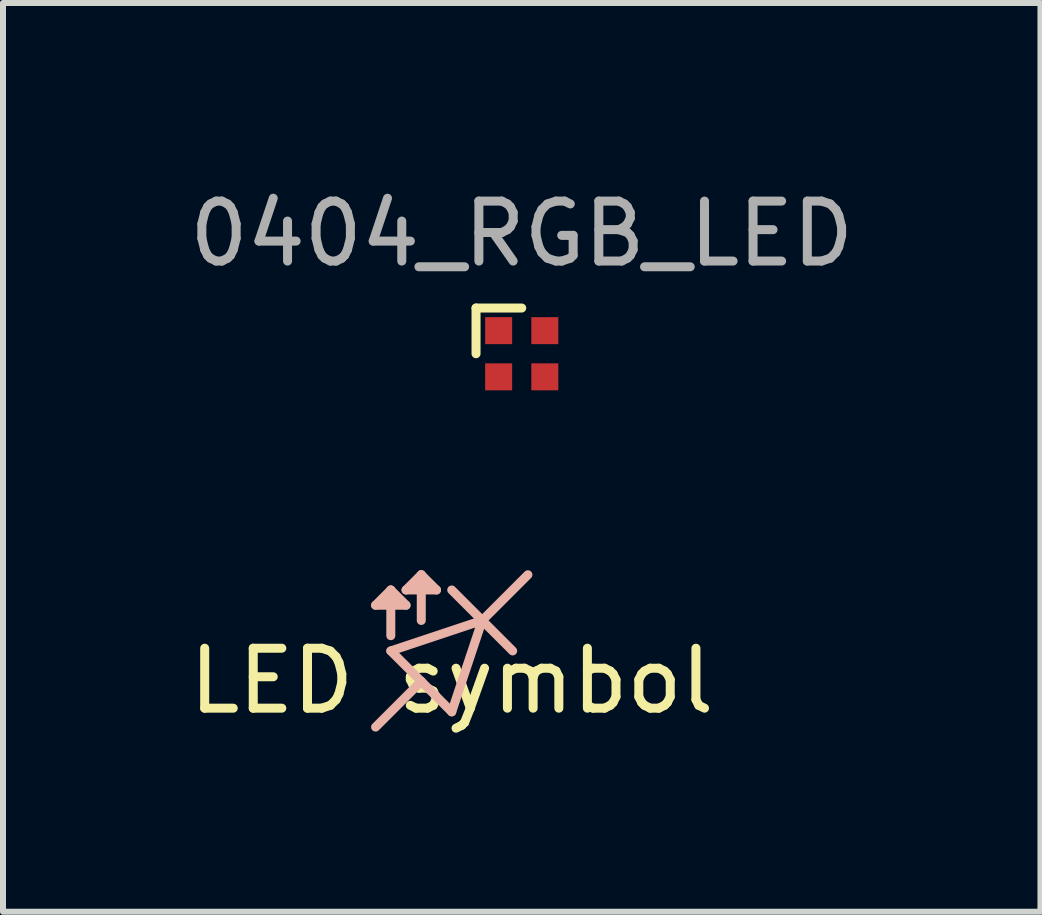
<source format=kicad_pcb>
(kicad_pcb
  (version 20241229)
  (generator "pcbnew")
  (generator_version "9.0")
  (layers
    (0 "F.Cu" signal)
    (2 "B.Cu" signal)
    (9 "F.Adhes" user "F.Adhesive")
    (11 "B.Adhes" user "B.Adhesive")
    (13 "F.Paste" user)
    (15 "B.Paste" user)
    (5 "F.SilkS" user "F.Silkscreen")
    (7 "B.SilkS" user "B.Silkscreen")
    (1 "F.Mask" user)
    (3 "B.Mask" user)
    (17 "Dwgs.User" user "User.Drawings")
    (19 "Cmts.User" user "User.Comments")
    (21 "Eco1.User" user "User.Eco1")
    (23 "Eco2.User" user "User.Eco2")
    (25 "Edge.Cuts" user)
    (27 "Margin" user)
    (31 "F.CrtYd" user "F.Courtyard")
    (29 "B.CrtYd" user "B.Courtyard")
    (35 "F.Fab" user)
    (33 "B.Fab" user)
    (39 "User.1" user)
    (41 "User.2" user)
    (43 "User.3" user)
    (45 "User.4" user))
  (footprint "0404_RGB_LED"
    (layer "F.Cu")
    (at 5.649 2.848)
    (property "Reference" "0404_RGB_LED" (at 0 -2 0) (layer "F.Fab") (effects (font (size 1 1) (thickness 0.15))))
    (attr through_hole)
    (fp_line (start -0.762 -0.762) (end 0 -0.762) (stroke (width 0.15) (type solid)) (layer "F.SilkS"))
    (fp_line (start -0.762 0) (end -0.762 -0.762) (stroke (width 0.15) (type solid)) (layer "F.SilkS"))
    (pad "1" smd rect (at -0.385 -0.385) (size 0.45 0.45) (layers "F.Cu" "F.Mask" "F.Paste"))
    (pad "2" smd rect (at 0.385 -0.385) (size 0.45 0.45) (layers "F.Cu" "F.Mask" "F.Paste"))
    (pad "3" smd rect (at 0.385 0.385) (size 0.45 0.45) (layers "F.Cu" "F.Mask" "F.Paste"))
    (pad "4" smd rect (at -0.385 0.385) (size 0.45 0.45) (layers "F.Cu" "F.Mask" "F.Paste")))
  (footprint "LED symbol"
    (layer "F.Cu")
    (at 4.482 7.803)
    (property "Reference" "LED symbol" (at 0 0.5 0) (layer "F.SilkS") (effects (font (size 1 1) (thickness 0.15))))
    (attr through_hole)
    (fp_line (start -1.27 -0.762) (end -0.762 -0.762) (stroke (width 0.15) (type solid)) (layer "B.SilkS"))
    (fp_line (start -1.016 -1.016) (end -1.27 -0.762) (stroke (width 0.15) (type solid)) (layer "B.SilkS"))
    (fp_line (start -1.016 -0.254) (end -1.016 -1.016) (stroke (width 0.15) (type solid)) (layer "B.SilkS"))
    (fp_line (start -1.016 0) (end -0.508 0.508) (stroke (width 0.15) (type solid)) (layer "B.SilkS"))
    (fp_line (start -0.762 -1.016) (end -0.254 -1.016) (stroke (width 0.15) (type solid)) (layer "B.SilkS"))
    (fp_line (start -0.762 -0.762) (end -1.016 -1.016) (stroke (width 0.15) (type solid)) (layer "B.SilkS"))
    (fp_line (start -0.508 -1.27) (end -0.762 -1.016) (stroke (width 0.15) (type solid)) (layer "B.SilkS"))
    (fp_line (start -0.508 -0.508) (end -0.508 -1.27) (stroke (width 0.15) (type solid)) (layer "B.SilkS"))
    (fp_line (start -0.508 0.508) (end -1.27 1.27) (stroke (width 0.15) (type solid)) (layer "B.SilkS"))
    (fp_line (start -0.508 0.508) (end 0 1.016) (stroke (width 0.15) (type solid)) (layer "B.SilkS"))
    (fp_line (start -0.254 -1.016) (end -0.508 -1.27) (stroke (width 0.15) (type solid)) (layer "B.SilkS"))
    (fp_line (start 0 1.016) (end 0.508 -0.508) (stroke (width 0.15) (type solid)) (layer "B.SilkS"))
    (fp_line (start 0.508 -0.508) (end -1.016 0) (stroke (width 0.15) (type solid)) (layer "B.SilkS"))
    (fp_line (start 0.508 -0.508) (end 0 -1.016) (stroke (width 0.15) (type solid)) (layer "B.SilkS"))
    (fp_line (start 0.508 -0.508) (end 1.016 0) (stroke (width 0.15) (type solid)) (layer "B.SilkS"))
    (fp_line (start 0.508 -0.508) (end 1.27 -1.27) (stroke (width 0.15) (type solid)) (layer "B.SilkS")))
  (gr_rect
    (start -3 -3)
    (end 14.298 12.152)
    (stroke (width 0.1) (type default))
    (fill no)
    (layer "Edge.Cuts")))
</source>
